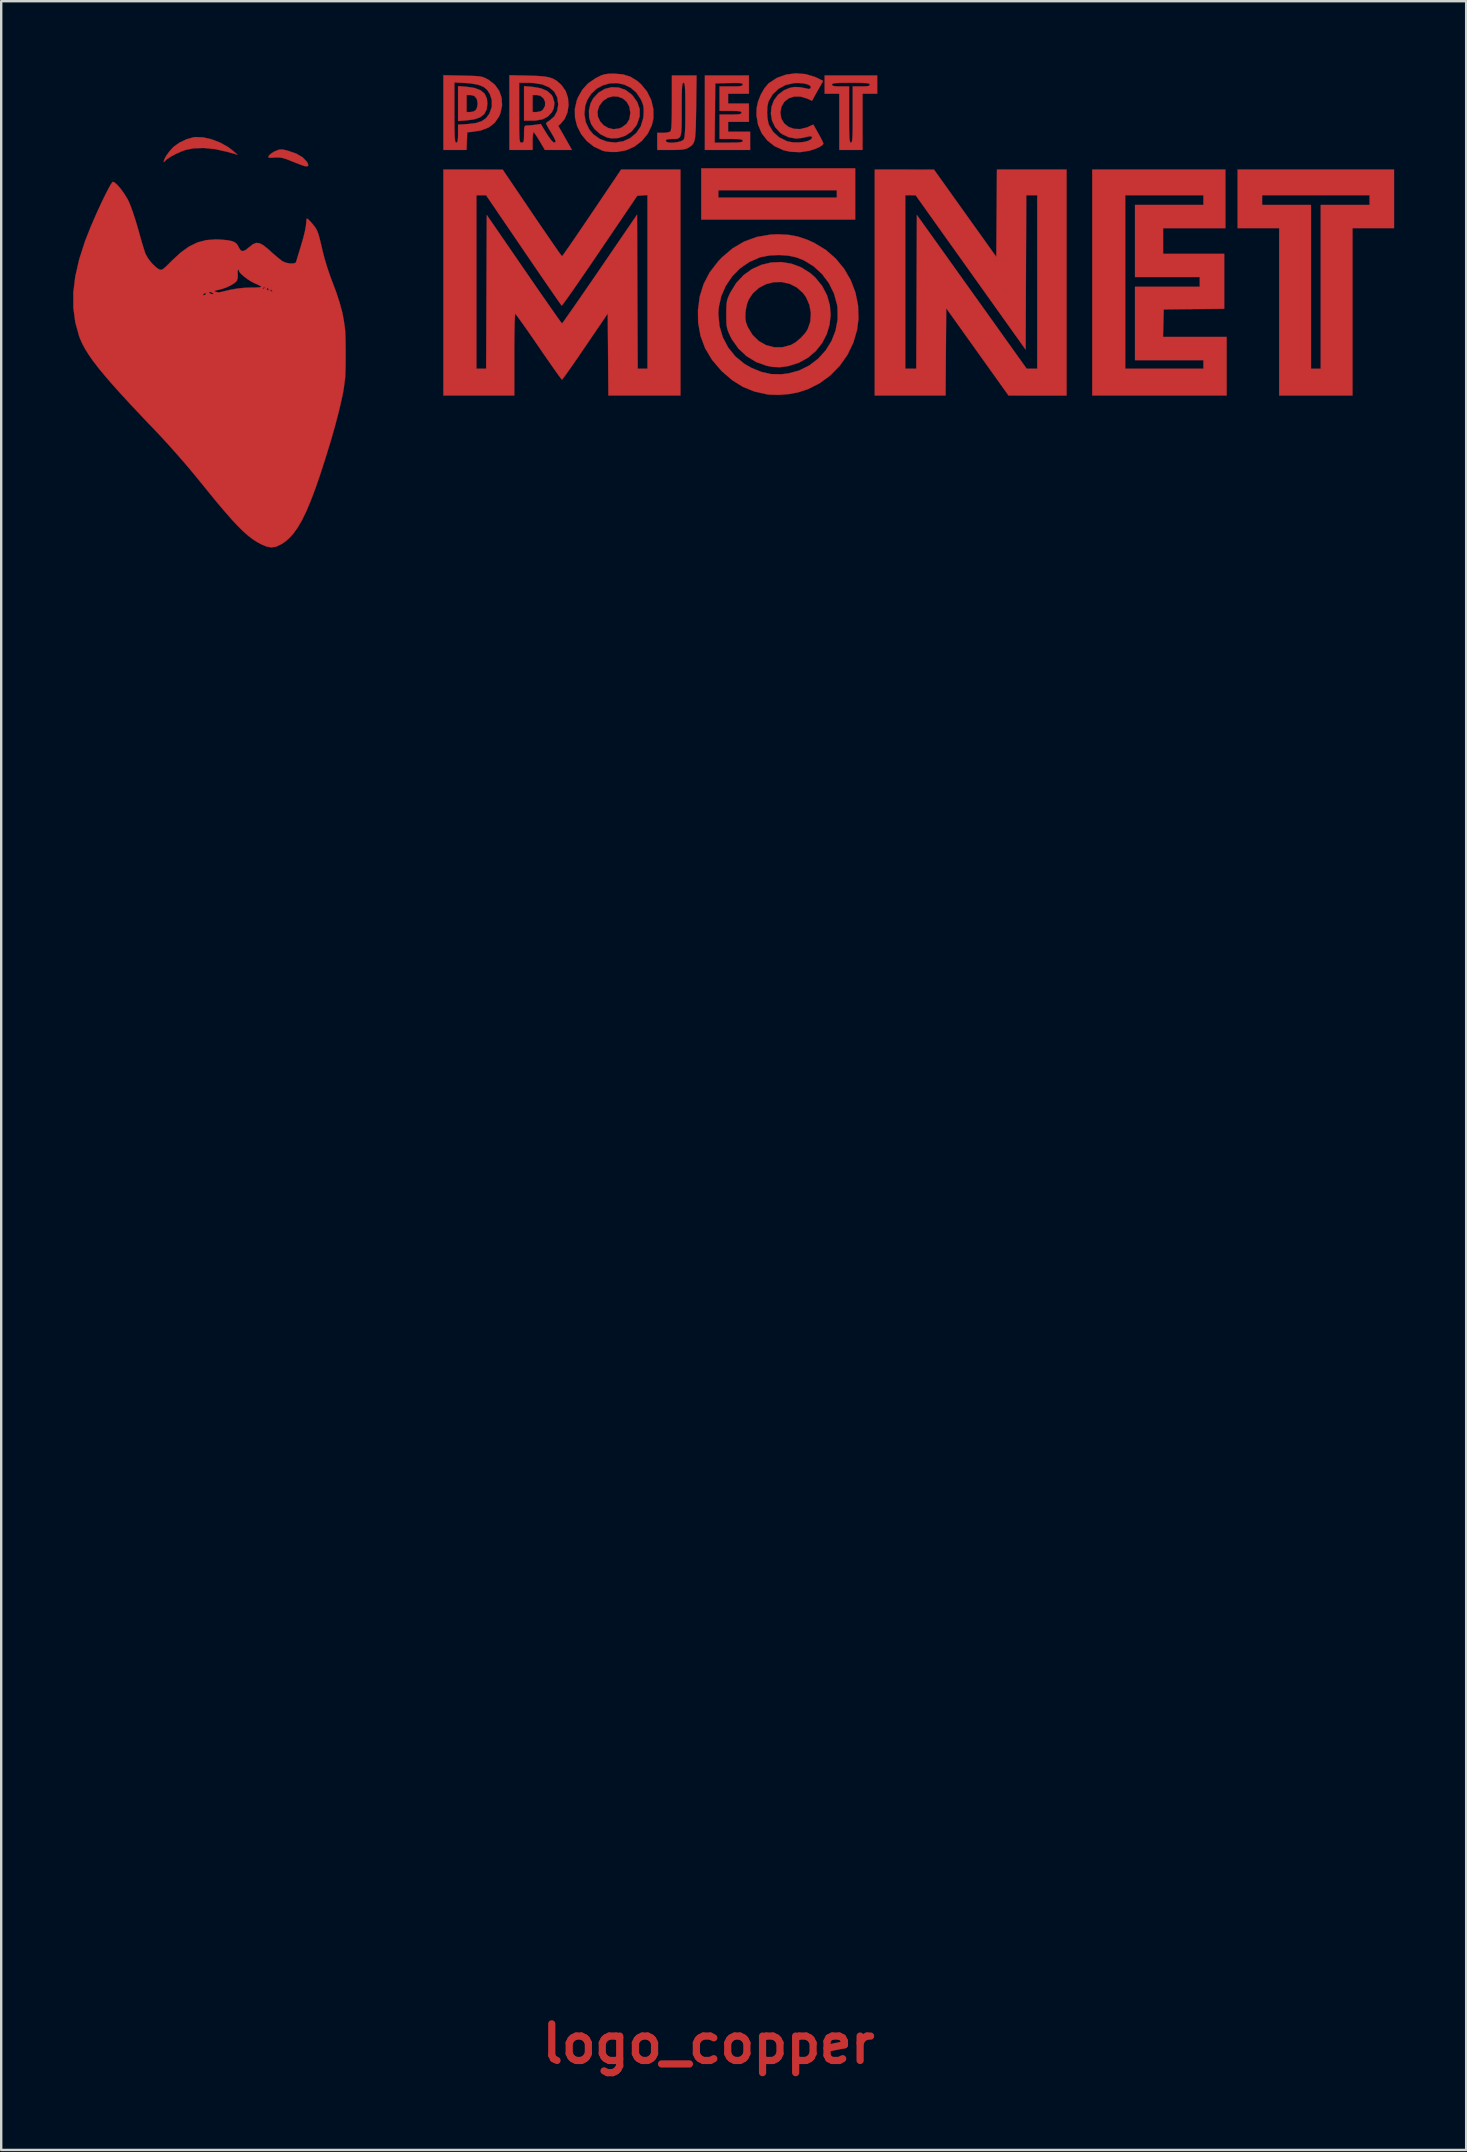
<source format=kicad_pcb>
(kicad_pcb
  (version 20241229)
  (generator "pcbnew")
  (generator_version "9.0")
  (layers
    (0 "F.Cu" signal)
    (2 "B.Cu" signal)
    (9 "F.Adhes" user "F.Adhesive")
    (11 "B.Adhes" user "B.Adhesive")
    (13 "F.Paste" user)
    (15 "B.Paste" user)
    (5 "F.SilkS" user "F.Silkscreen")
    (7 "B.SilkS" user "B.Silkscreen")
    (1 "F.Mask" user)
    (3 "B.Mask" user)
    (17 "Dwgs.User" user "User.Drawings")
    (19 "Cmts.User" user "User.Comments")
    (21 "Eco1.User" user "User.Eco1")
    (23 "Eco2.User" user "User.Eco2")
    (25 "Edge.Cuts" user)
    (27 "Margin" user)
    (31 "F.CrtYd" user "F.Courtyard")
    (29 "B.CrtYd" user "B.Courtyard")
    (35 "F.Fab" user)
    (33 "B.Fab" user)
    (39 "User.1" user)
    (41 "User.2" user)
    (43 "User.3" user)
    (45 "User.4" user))
  (footprint "logo_copper"
    (layer "F.Cu")
    (at 26.467 82.095)
    (property "Reference" "logo_copper" (at 0 0 0) (layer "F.Cu") (effects (font (size 1.524 1.524) (thickness 0.3))))
    (attr through_hole)
    (fp_poly (pts (xy 6.108 -75.996) (xy -0.305 -75.996) (xy -0.305 -77.218) (xy 0.407 -77.218) (xy 0.407 -76.913) (xy 5.345 -76.913) (xy 5.345 -77.218) (xy 0.407 -77.218) (xy -0.305 -77.218) (xy -0.305 -78.134) (xy 6.108 -78.134) (xy 6.108 -75.996)) (stroke (width 0.01) (type solid)) (fill yes) (layer "F.Cu"))
    (fp_poly (pts (xy 28.556 -75.64) (xy 26.825 -75.64) (xy 26.825 -68.667) (xy 23.771 -68.667) (xy 23.771 -75.64) (xy 22.04 -75.64) (xy 22.04 -77.014) (xy 23.059 -77.014) (xy 23.059 -76.607) (xy 25.095 -76.607) (xy 25.095 -69.786) (xy 25.502 -69.786) (xy 25.502 -76.607) (xy 27.538 -76.607) (xy 27.538 -77.014) (xy 23.059 -77.014) (xy 22.04 -77.014) (xy 22.04 -78.083) (xy 28.556 -78.083) (xy 28.556 -75.64)) (stroke (width 0.01) (type solid)) (fill yes) (layer "F.Cu"))
    (fp_poly (pts (xy -17.682 -78.906) (xy -17.54 -78.871) (xy -17.182 -78.749) (xy -16.911 -78.593) (xy -16.732 -78.406) (xy -16.702 -78.354) (xy -16.672 -78.254) (xy -16.72 -78.215) (xy -16.823 -78.225) (xy -16.914 -78.254) (xy -17.072 -78.313) (xy -17.267 -78.39) (xy -17.355 -78.425) (xy -17.583 -78.515) (xy -17.755 -78.566) (xy -17.904 -78.586) (xy -18.065 -78.583) (xy -18.077 -78.582) (xy -18.239 -78.573) (xy -18.32 -78.579) (xy -18.338 -78.607) (xy -18.317 -78.658) (xy -18.24 -78.737) (xy -18.108 -78.821) (xy -18.048 -78.851) (xy -17.915 -78.903) (xy -17.808 -78.921) (xy -17.682 -78.906)) (stroke (width 0.01) (type solid)) (fill yes) (layer "F.Cu"))
    (fp_poly (pts (xy -7.322 -81.525) (xy -6.978 -81.464) (xy -6.716 -81.35) (xy -6.538 -81.188) (xy -6.492 -81.109) (xy -6.42 -80.862) (xy -6.449 -80.629) (xy -6.529 -80.471) (xy -6.695 -80.29) (xy -6.911 -80.177) (xy -7.194 -80.125) (xy -7.343 -80.12) (xy -7.686 -80.119) (xy -7.686 -81.188) (xy -7.33 -81.188) (xy -7.33 -80.476) (xy -7.16 -80.476) (xy -6.986 -80.513) (xy -6.897 -80.578) (xy -6.811 -80.736) (xy -6.809 -80.902) (xy -6.877 -81.05) (xy -7.005 -81.154) (xy -7.16 -81.188) (xy -7.33 -81.188) (xy -7.686 -81.188) (xy -7.686 -81.559) (xy -7.322 -81.525)) (stroke (width 0.01) (type solid)) (fill yes) (layer "F.Cu"))
    (fp_poly (pts (xy -21.057 -79.423) (xy -20.703 -79.342) (xy -20.345 -79.204) (xy -20.016 -79.019) (xy -19.826 -78.876) (xy -19.623 -78.7) (xy -20.081 -78.828) (xy -20.567 -78.935) (xy -21.034 -78.981) (xy -21.462 -78.965) (xy -21.786 -78.9) (xy -21.99 -78.825) (xy -22.207 -78.726) (xy -22.41 -78.615) (xy -22.57 -78.509) (xy -22.662 -78.422) (xy -22.663 -78.421) (xy -22.697 -78.392) (xy -22.701 -78.404) (xy -22.669 -78.516) (xy -22.582 -78.67) (xy -22.458 -78.839) (xy -22.317 -78.996) (xy -22.268 -79.042) (xy -22.03 -79.209) (xy -21.748 -79.343) (xy -21.467 -79.423) (xy -21.379 -79.435) (xy -21.057 -79.423)) (stroke (width 0.01) (type solid)) (fill yes) (layer "F.Cu"))
    (fp_poly (pts (xy -10.08 -81.53) (xy -9.743 -81.478) (xy -9.495 -81.383) (xy -9.328 -81.241) (xy -9.237 -81.045) (xy -9.213 -80.832) (xy -9.245 -80.582) (xy -9.344 -80.393) (xy -9.517 -80.258) (xy -9.772 -80.172) (xy -10.059 -80.133) (xy -10.435 -80.105) (xy -10.435 -81.188) (xy -10.079 -81.188) (xy -10.079 -80.476) (xy -9.929 -80.476) (xy -9.792 -80.502) (xy -9.7 -80.556) (xy -9.646 -80.661) (xy -9.621 -80.813) (xy -9.62 -80.832) (xy -9.654 -81.027) (xy -9.756 -81.146) (xy -9.922 -81.188) (xy -9.929 -81.188) (xy -10.079 -81.188) (xy -10.435 -81.188) (xy -10.435 -81.559) (xy -10.08 -81.53)) (stroke (width 0.01) (type solid)) (fill yes) (layer "F.Cu"))
    (fp_poly (pts (xy 21.531 -75.64) (xy 18.935 -75.64) (xy 18.935 -74.571) (xy 21.481 -74.571) (xy 21.481 -72.282) (xy 20.221 -72.269) (xy 18.961 -72.255) (xy 18.947 -71.682) (xy 18.932 -71.11) (xy 21.582 -71.11) (xy 21.582 -68.667) (xy 15.983 -68.667) (xy 15.983 -77.014) (xy 17.358 -77.014) (xy 17.358 -69.786) (xy 20.615 -69.786) (xy 20.615 -70.143) (xy 17.765 -70.143) (xy 17.765 -73.197) (xy 20.463 -73.197) (xy 20.463 -73.604) (xy 17.765 -73.604) (xy 17.765 -76.607) (xy 20.615 -76.607) (xy 20.615 -77.014) (xy 17.358 -77.014) (xy 15.983 -77.014) (xy 15.983 -78.083) (xy 21.531 -78.083) (xy 21.531 -75.64)) (stroke (width 0.01) (type solid)) (fill yes) (layer "F.Cu"))
    (fp_poly (pts (xy 14.914 -68.667) (xy 13.705 -68.668) (xy 12.496 -68.669) (xy 9.9 -72.306) (xy 9.887 -70.486) (xy 9.874 -68.667) (xy 6.923 -68.667) (xy 6.923 -77.014) (xy 8.195 -77.014) (xy 8.195 -69.786) (xy 8.653 -69.786) (xy 8.666 -72.988) (xy 8.679 -76.19) (xy 10.966 -72.988) (xy 13.252 -69.786) (xy 13.693 -69.786) (xy 13.693 -77.014) (xy 13.235 -77.014) (xy 13.222 -73.797) (xy 13.209 -70.58) (xy 10.918 -73.795) (xy 8.628 -77.009) (xy 8.412 -77.012) (xy 8.195 -77.014) (xy 6.923 -77.014) (xy 6.923 -78.083) (xy 8.157 -78.082) (xy 9.391 -78.08) (xy 10.689 -76.262) (xy 11.987 -74.444) (xy 12.001 -76.264) (xy 12.014 -78.083) (xy 14.914 -78.083) (xy 14.914 -68.667)) (stroke (width 0.01) (type solid)) (fill yes) (layer "F.Cu"))
    (fp_poly (pts (xy -3.738 -81.498) (xy -3.456 -81.396) (xy -3.201 -81.205) (xy -3.169 -81.171) (xy -2.969 -80.892) (xy -2.869 -80.6) (xy -2.87 -80.298) (xy -2.973 -79.988) (xy -3.023 -79.895) (xy -3.215 -79.661) (xy -3.466 -79.492) (xy -3.753 -79.395) (xy -4.051 -79.381) (xy -4.239 -79.421) (xy -4.513 -79.558) (xy -4.749 -79.768) (xy -4.892 -79.978) (xy -4.976 -80.246) (xy -4.982 -80.497) (xy -4.628 -80.497) (xy -4.608 -80.281) (xy -4.517 -80.085) (xy -4.369 -79.925) (xy -4.179 -79.813) (xy -3.962 -79.764) (xy -3.732 -79.791) (xy -3.616 -79.838) (xy -3.414 -79.987) (xy -3.297 -80.183) (xy -3.258 -80.441) (xy -3.258 -80.45) (xy -3.299 -80.704) (xy -3.41 -80.903) (xy -3.573 -81.043) (xy -3.771 -81.12) (xy -3.986 -81.132) (xy -4.2 -81.074) (xy -4.395 -80.942) (xy -4.554 -80.733) (xy -4.561 -80.72) (xy -4.628 -80.497) (xy -4.982 -80.497) (xy -4.984 -80.543) (xy -4.917 -80.834) (xy -4.806 -81.047) (xy -4.583 -81.286) (xy -4.319 -81.442) (xy -4.032 -81.513) (xy -3.738 -81.498)) (stroke (width 0.01) (type solid)) (fill yes) (layer "F.Cu"))
    (fp_poly (pts (xy 7.024 -81.239) (xy 6.414 -81.239) (xy 6.414 -78.898) (xy 5.446 -78.898) (xy 5.446 -81.239) (xy 4.836 -81.239) (xy 4.836 -81.621) (xy 5.141 -81.621) (xy 5.162 -81.58) (xy 5.237 -81.556) (xy 5.386 -81.546) (xy 5.497 -81.545) (xy 5.854 -81.545) (xy 5.854 -80.374) (xy 5.854 -79.994) (xy 5.857 -79.705) (xy 5.863 -79.494) (xy 5.872 -79.35) (xy 5.886 -79.261) (xy 5.904 -79.216) (xy 5.929 -79.203) (xy 5.93 -79.203) (xy 5.955 -79.215) (xy 5.974 -79.258) (xy 5.987 -79.345) (xy 5.997 -79.486) (xy 6.003 -79.693) (xy 6.006 -79.979) (xy 6.006 -80.354) (xy 6.006 -80.374) (xy 6.006 -81.545) (xy 6.363 -81.545) (xy 6.556 -81.549) (xy 6.667 -81.565) (xy 6.714 -81.597) (xy 6.719 -81.621) (xy 6.705 -81.65) (xy 6.655 -81.671) (xy 6.554 -81.685) (xy 6.389 -81.693) (xy 6.145 -81.697) (xy 5.93 -81.697) (xy 5.626 -81.696) (xy 5.409 -81.691) (xy 5.266 -81.681) (xy 5.184 -81.665) (xy 5.147 -81.642) (xy 5.141 -81.621) (xy 4.836 -81.621) (xy 4.836 -82.003) (xy 7.024 -82.003) (xy 7.024 -81.239)) (stroke (width 0.01) (type solid)) (fill yes) (layer "F.Cu"))
    (fp_poly (pts (xy 1.68 -81.239) (xy 0.814 -81.239) (xy 0.814 -80.832) (xy 1.68 -80.832) (xy 1.68 -80.069) (xy 0.814 -80.069) (xy 0.814 -79.661) (xy 1.731 -79.661) (xy 1.731 -78.898) (xy -0.153 -78.898) (xy -0.153 -79.203) (xy 0.253 -79.203) (xy 0.839 -79.203) (xy 1.096 -79.205) (xy 1.268 -79.213) (xy 1.369 -79.228) (xy 1.416 -79.252) (xy 1.425 -79.28) (xy 1.408 -79.316) (xy 1.345 -79.339) (xy 1.218 -79.351) (xy 1.012 -79.356) (xy 0.942 -79.356) (xy 0.458 -79.356) (xy 0.458 -80.374) (xy 0.916 -80.374) (xy 1.14 -80.377) (xy 1.279 -80.388) (xy 1.351 -80.409) (xy 1.374 -80.445) (xy 1.374 -80.45) (xy 1.356 -80.488) (xy 1.291 -80.511) (xy 1.161 -80.523) (xy 0.95 -80.527) (xy 0.916 -80.527) (xy 0.458 -80.527) (xy 0.458 -81.545) (xy 0.942 -81.545) (xy 1.171 -81.547) (xy 1.317 -81.557) (xy 1.395 -81.577) (xy 1.424 -81.609) (xy 1.425 -81.623) (xy 1.412 -81.657) (xy 1.36 -81.678) (xy 1.253 -81.689) (xy 1.076 -81.691) (xy 0.853 -81.686) (xy 0.28 -81.672) (xy 0.266 -80.438) (xy 0.253 -79.203) (xy -0.153 -79.203) (xy -0.153 -82.003) (xy 1.68 -82.003) (xy 1.68 -81.239)) (stroke (width 0.01) (type solid)) (fill yes) (layer "F.Cu"))
    (fp_poly (pts (xy -10.244 -81.995) (xy -9.941 -81.987) (xy -9.719 -81.979) (xy -9.559 -81.966) (xy -9.44 -81.945) (xy -9.342 -81.912) (xy -9.246 -81.865) (xy -9.162 -81.819) (xy -8.904 -81.618) (xy -8.721 -81.361) (xy -8.619 -81.065) (xy -8.602 -80.745) (xy -8.674 -80.419) (xy -8.731 -80.288) (xy -8.909 -80.03) (xy -9.152 -79.84) (xy -9.469 -79.715) (xy -9.863 -79.65) (xy -9.875 -79.649) (xy -10.053 -79.636) (xy -10.068 -79.267) (xy -10.083 -78.898) (xy -11.046 -78.898) (xy -11.046 -80.457) (xy -10.588 -80.457) (xy -10.587 -80.063) (xy -10.584 -79.759) (xy -10.579 -79.535) (xy -10.571 -79.378) (xy -10.558 -79.278) (xy -10.542 -79.224) (xy -10.519 -79.204) (xy -10.511 -79.203) (xy -10.471 -79.223) (xy -10.447 -79.296) (xy -10.436 -79.441) (xy -10.435 -79.578) (xy -10.435 -79.954) (xy -10.035 -79.977) (xy -9.707 -80.015) (xy -9.46 -80.092) (xy -9.277 -80.215) (xy -9.142 -80.392) (xy -9.124 -80.426) (xy -9.027 -80.703) (xy -9.029 -80.976) (xy -9.109 -81.224) (xy -9.222 -81.402) (xy -9.385 -81.532) (xy -9.612 -81.619) (xy -9.916 -81.671) (xy -10.117 -81.687) (xy -10.588 -81.711) (xy -10.588 -80.457) (xy -11.046 -80.457) (xy -11.046 -82.012) (xy -10.244 -81.995)) (stroke (width 0.01) (type solid)) (fill yes) (layer "F.Cu"))
    (fp_poly (pts (xy -3.572 -82.048) (xy -3.256 -81.95) (xy -2.97 -81.774) (xy -2.808 -81.631) (xy -2.56 -81.326) (xy -2.388 -80.976) (xy -2.299 -80.602) (xy -2.297 -80.224) (xy -2.361 -79.935) (xy -2.531 -79.579) (xy -2.777 -79.277) (xy -3.086 -79.041) (xy -3.441 -78.883) (xy -3.828 -78.814) (xy -3.837 -78.814) (xy -4.093 -78.816) (xy -4.319 -78.843) (xy -4.412 -78.866) (xy -4.769 -79.031) (xy -5.069 -79.266) (xy -5.306 -79.556) (xy -5.473 -79.887) (xy -5.563 -80.244) (xy -5.566 -80.391) (xy -5.174 -80.391) (xy -5.116 -80.058) (xy -4.973 -79.756) (xy -4.802 -79.55) (xy -4.526 -79.354) (xy -4.21 -79.239) (xy -3.876 -79.208) (xy -3.547 -79.263) (xy -3.278 -79.384) (xy -3.009 -79.604) (xy -2.825 -79.879) (xy -2.724 -80.212) (xy -2.706 -80.381) (xy -2.701 -80.593) (xy -2.721 -80.753) (xy -2.775 -80.908) (xy -2.821 -81.006) (xy -3.007 -81.287) (xy -3.245 -81.492) (xy -3.519 -81.624) (xy -3.813 -81.683) (xy -4.112 -81.672) (xy -4.402 -81.593) (xy -4.667 -81.447) (xy -4.892 -81.236) (xy -5.062 -80.963) (xy -5.141 -80.731) (xy -5.174 -80.391) (xy -5.566 -80.391) (xy -5.569 -80.612) (xy -5.485 -80.977) (xy -5.439 -81.089) (xy -5.253 -81.415) (xy -5.022 -81.669) (xy -4.719 -81.878) (xy -4.672 -81.904) (xy -4.494 -81.994) (xy -4.346 -82.046) (xy -4.188 -82.07) (xy -3.976 -82.077) (xy -3.945 -82.077) (xy -3.572 -82.048)) (stroke (width 0.01) (type solid)) (fill yes) (layer "F.Cu"))
    (fp_poly (pts (xy -0.517 -80.667) (xy -0.524 -80.238) (xy -0.531 -79.898) (xy -0.543 -79.636) (xy -0.56 -79.439) (xy -0.586 -79.295) (xy -0.622 -79.192) (xy -0.672 -79.117) (xy -0.736 -79.059) (xy -0.819 -79.004) (xy -0.83 -78.997) (xy -0.921 -78.952) (xy -1.031 -78.923) (xy -1.184 -78.906) (xy -1.401 -78.899) (xy -1.565 -78.898) (xy -2.138 -78.898) (xy -2.138 -79.274) (xy -1.782 -79.274) (xy -1.737 -79.226) (xy -1.624 -79.203) (xy -1.47 -79.203) (xy -1.304 -79.222) (xy -1.156 -79.26) (xy -1.054 -79.313) (xy -1.037 -79.33) (xy -1.013 -79.386) (xy -0.995 -79.486) (xy -0.982 -79.641) (xy -0.973 -79.864) (xy -0.969 -80.165) (xy -0.967 -80.557) (xy -0.967 -80.562) (xy -0.968 -80.935) (xy -0.971 -81.218) (xy -0.977 -81.423) (xy -0.986 -81.562) (xy -1 -81.646) (xy -1.02 -81.687) (xy -1.043 -81.697) (xy -1.069 -81.685) (xy -1.088 -81.641) (xy -1.102 -81.554) (xy -1.111 -81.41) (xy -1.117 -81.199) (xy -1.119 -80.908) (xy -1.12 -80.579) (xy -1.12 -80.196) (xy -1.123 -79.902) (xy -1.133 -79.686) (xy -1.155 -79.536) (xy -1.192 -79.44) (xy -1.249 -79.386) (xy -1.329 -79.362) (xy -1.438 -79.356) (xy -1.549 -79.356) (xy -1.698 -79.347) (xy -1.768 -79.317) (xy -1.782 -79.274) (xy -2.138 -79.274) (xy -2.138 -79.61) (xy -1.894 -79.61) (xy -1.736 -79.622) (xy -1.618 -79.653) (xy -1.588 -79.672) (xy -1.566 -79.729) (xy -1.549 -79.856) (xy -1.538 -80.06) (xy -1.53 -80.35) (xy -1.527 -80.731) (xy -1.527 -80.868) (xy -1.527 -82.003) (xy -0.5 -82.003) (xy -0.517 -80.667)) (stroke (width 0.01) (type solid)) (fill yes) (layer "F.Cu"))
    (fp_poly (pts (xy 3.451 -74.161) (xy 3.857 -74.009) (xy 4.236 -73.77) (xy 4.445 -73.584) (xy 4.735 -73.229) (xy 4.936 -72.842) (xy 5.052 -72.436) (xy 5.085 -72.023) (xy 5.04 -71.614) (xy 4.921 -71.22) (xy 4.73 -70.854) (xy 4.472 -70.527) (xy 4.149 -70.25) (xy 3.766 -70.036) (xy 3.326 -69.895) (xy 3.319 -69.894) (xy 2.975 -69.847) (xy 2.653 -69.862) (xy 2.416 -69.908) (xy 1.978 -70.066) (xy 1.582 -70.309) (xy 1.242 -70.628) (xy 0.972 -71.01) (xy 0.902 -71.145) (xy 0.829 -71.307) (xy 0.782 -71.44) (xy 0.754 -71.576) (xy 0.742 -71.745) (xy 0.739 -71.907) (xy 1.531 -71.907) (xy 1.553 -71.743) (xy 1.61 -71.575) (xy 1.639 -71.51) (xy 1.837 -71.187) (xy 2.095 -70.937) (xy 2.398 -70.766) (xy 2.732 -70.678) (xy 3.084 -70.68) (xy 3.439 -70.777) (xy 3.439 -70.777) (xy 3.637 -70.893) (xy 3.844 -71.069) (xy 4.026 -71.269) (xy 4.131 -71.431) (xy 4.24 -71.752) (xy 4.263 -72.096) (xy 4.203 -72.441) (xy 4.063 -72.761) (xy 3.937 -72.938) (xy 3.674 -73.173) (xy 3.372 -73.325) (xy 3.046 -73.397) (xy 2.713 -73.39) (xy 2.39 -73.307) (xy 2.093 -73.15) (xy 1.84 -72.92) (xy 1.668 -72.662) (xy 1.599 -72.475) (xy 1.551 -72.237) (xy 1.538 -72.121) (xy 1.531 -71.907) (xy 0.739 -71.907) (xy 0.738 -71.978) (xy 0.738 -72.052) (xy 0.74 -72.304) (xy 0.749 -72.485) (xy 0.772 -72.624) (xy 0.813 -72.751) (xy 0.878 -72.898) (xy 0.906 -72.956) (xy 1.153 -73.356) (xy 1.459 -73.683) (xy 1.812 -73.937) (xy 2.2 -74.113) (xy 2.611 -74.211) (xy 3.032 -74.228) (xy 3.451 -74.161)) (stroke (width 0.01) (type solid)) (fill yes) (layer "F.Cu"))
    (fp_poly (pts (xy 3.331 -75.363) (xy 3.727 -75.289) (xy 4.121 -75.155) (xy 4.403 -75.027) (xy 4.882 -74.736) (xy 5.299 -74.373) (xy 5.648 -73.948) (xy 5.923 -73.474) (xy 6.118 -72.962) (xy 6.227 -72.424) (xy 6.246 -71.871) (xy 6.189 -71.413) (xy 6.031 -70.87) (xy 5.787 -70.365) (xy 5.466 -69.909) (xy 5.077 -69.511) (xy 4.631 -69.182) (xy 4.137 -68.932) (xy 3.733 -68.801) (xy 3.35 -68.729) (xy 2.944 -68.696) (xy 2.562 -68.705) (xy 2.42 -68.721) (xy 1.9 -68.839) (xy 1.43 -69.03) (xy 0.99 -69.304) (xy 0.564 -69.67) (xy 0.529 -69.706) (xy 0.145 -70.154) (xy -0.143 -70.638) (xy -0.336 -71.158) (xy -0.434 -71.714) (xy -0.439 -72.062) (xy 0.407 -72.062) (xy 0.455 -71.561) (xy 0.594 -71.093) (xy 0.817 -70.668) (xy 1.119 -70.296) (xy 1.493 -69.988) (xy 1.796 -69.815) (xy 2.215 -69.647) (xy 2.614 -69.561) (xy 3.025 -69.553) (xy 3.309 -69.586) (xy 3.772 -69.71) (xy 4.192 -69.918) (xy 4.563 -70.2) (xy 4.875 -70.543) (xy 5.12 -70.937) (xy 5.29 -71.369) (xy 5.377 -71.83) (xy 5.373 -72.307) (xy 5.354 -72.447) (xy 5.227 -72.914) (xy 5.015 -73.346) (xy 4.728 -73.729) (xy 4.378 -74.051) (xy 3.976 -74.298) (xy 3.66 -74.424) (xy 3.323 -74.495) (xy 2.938 -74.521) (xy 2.548 -74.503) (xy 2.199 -74.44) (xy 2.143 -74.424) (xy 1.704 -74.236) (xy 1.314 -73.967) (xy 0.982 -73.63) (xy 0.716 -73.237) (xy 0.527 -72.802) (xy 0.424 -72.338) (xy 0.407 -72.062) (xy -0.439 -72.062) (xy -0.441 -72.23) (xy -0.366 -72.796) (xy -0.204 -73.316) (xy 0.049 -73.799) (xy 0.397 -74.253) (xy 0.558 -74.423) (xy 1.003 -74.801) (xy 1.488 -75.085) (xy 2.014 -75.276) (xy 2.578 -75.372) (xy 2.892 -75.386) (xy 3.331 -75.363)) (stroke (width 0.01) (type solid)) (fill yes) (layer "F.Cu"))
    (fp_poly (pts (xy -7.495 -81.994) (xy -7.137 -81.982) (xy -6.861 -81.961) (xy -6.648 -81.925) (xy -6.48 -81.868) (xy -6.337 -81.785) (xy -6.2 -81.671) (xy -6.119 -81.591) (xy -5.952 -81.353) (xy -5.857 -81.07) (xy -5.832 -80.766) (xy -5.877 -80.466) (xy -5.992 -80.195) (xy -6.154 -79.997) (xy -6.261 -79.9) (xy -6.14 -79.691) (xy -6.047 -79.53) (xy -5.934 -79.331) (xy -5.855 -79.19) (xy -5.691 -78.898) (xy -6.816 -78.898) (xy -7.029 -79.255) (xy -7.132 -79.424) (xy -7.22 -79.558) (xy -7.277 -79.633) (xy -7.285 -79.64) (xy -7.306 -79.607) (xy -7.322 -79.494) (xy -7.33 -79.325) (xy -7.33 -79.283) (xy -7.33 -78.898) (xy -8.297 -78.898) (xy -8.297 -81.697) (xy -7.89 -81.697) (xy -7.89 -80.45) (xy -7.889 -80.063) (xy -7.888 -79.765) (xy -7.884 -79.545) (xy -7.878 -79.392) (xy -7.867 -79.293) (xy -7.851 -79.236) (xy -7.829 -79.211) (xy -7.8 -79.203) (xy -7.788 -79.203) (xy -7.734 -79.213) (xy -7.704 -79.256) (xy -7.69 -79.355) (xy -7.686 -79.531) (xy -7.686 -79.56) (xy -7.684 -79.746) (xy -7.673 -79.852) (xy -7.645 -79.902) (xy -7.593 -79.915) (xy -7.566 -79.916) (xy -7.44 -79.923) (xy -7.272 -79.94) (xy -7.217 -79.947) (xy -6.988 -79.979) (xy -6.761 -79.604) (xy -6.648 -79.431) (xy -6.544 -79.296) (xy -6.466 -79.221) (xy -6.448 -79.212) (xy -6.386 -79.214) (xy -6.371 -79.258) (xy -6.407 -79.357) (xy -6.497 -79.521) (xy -6.566 -79.636) (xy -6.663 -79.799) (xy -6.735 -79.929) (xy -6.769 -80.001) (xy -6.77 -80.006) (xy -6.73 -80.054) (xy -6.632 -80.121) (xy -6.618 -80.129) (xy -6.427 -80.294) (xy -6.305 -80.522) (xy -6.261 -80.795) (xy -6.261 -80.797) (xy -6.303 -81.091) (xy -6.429 -81.328) (xy -6.638 -81.507) (xy -6.928 -81.628) (xy -7.297 -81.689) (xy -7.517 -81.697) (xy -7.89 -81.697) (xy -8.297 -81.697) (xy -8.297 -82.012) (xy -7.495 -81.994)) (stroke (width 0.01) (type solid)) (fill yes) (layer "F.Cu"))
    (fp_poly (pts (xy 4.042 -82.058) (xy 4.44 -81.938) (xy 4.562 -81.881) (xy 4.773 -81.774) (xy 4.54 -81.361) (xy 4.308 -80.947) (xy 4.101 -81.041) (xy 3.824 -81.124) (xy 3.563 -81.123) (xy 3.334 -81.046) (xy 3.152 -80.901) (xy 3.033 -80.695) (xy 2.991 -80.456) (xy 3.031 -80.206) (xy 3.149 -80.005) (xy 3.331 -79.86) (xy 3.56 -79.778) (xy 3.821 -79.768) (xy 4.1 -79.837) (xy 4.154 -79.86) (xy 4.364 -79.956) (xy 4.574 -79.585) (xy 4.671 -79.409) (xy 4.745 -79.263) (xy 4.782 -79.173) (xy 4.785 -79.16) (xy 4.739 -79.095) (xy 4.614 -79.018) (xy 4.431 -78.939) (xy 4.212 -78.868) (xy 4.199 -78.865) (xy 3.814 -78.806) (xy 3.416 -78.822) (xy 3.12 -78.888) (xy 2.746 -79.058) (xy 2.441 -79.3) (xy 2.21 -79.602) (xy 2.06 -79.957) (xy 1.995 -80.354) (xy 1.999 -80.47) (xy 2.439 -80.47) (xy 2.455 -80.215) (xy 2.498 -79.995) (xy 2.519 -79.935) (xy 2.692 -79.65) (xy 2.942 -79.424) (xy 3.257 -79.267) (xy 3.308 -79.251) (xy 3.511 -79.216) (xy 3.754 -79.211) (xy 3.989 -79.234) (xy 4.155 -79.279) (xy 4.269 -79.344) (xy 4.315 -79.407) (xy 4.313 -79.419) (xy 4.287 -79.459) (xy 4.231 -79.47) (xy 4.124 -79.453) (xy 3.944 -79.407) (xy 3.928 -79.402) (xy 3.643 -79.373) (xy 3.346 -79.426) (xy 3.071 -79.555) (xy 2.981 -79.621) (xy 2.773 -79.852) (xy 2.645 -80.121) (xy 2.596 -80.409) (xy 2.623 -80.699) (xy 2.725 -80.97) (xy 2.9 -81.205) (xy 3.146 -81.385) (xy 3.156 -81.39) (xy 3.367 -81.479) (xy 3.57 -81.52) (xy 3.794 -81.514) (xy 4.07 -81.462) (xy 4.171 -81.436) (xy 4.242 -81.461) (xy 4.263 -81.504) (xy 4.232 -81.574) (xy 4.121 -81.632) (xy 3.949 -81.672) (xy 3.737 -81.689) (xy 3.55 -81.682) (xy 3.214 -81.606) (xy 2.916 -81.447) (xy 2.674 -81.219) (xy 2.505 -80.935) (xy 2.494 -80.909) (xy 2.452 -80.716) (xy 2.439 -80.47) (xy 1.999 -80.47) (xy 2.004 -80.645) (xy 2.064 -80.919) (xy 2.177 -81.204) (xy 2.326 -81.464) (xy 2.493 -81.663) (xy 2.515 -81.683) (xy 2.849 -81.901) (xy 3.227 -82.037) (xy 3.631 -82.09) (xy 4.042 -82.058)) (stroke (width 0.01) (type solid)) (fill yes) (layer "F.Cu"))
    (fp_poly (pts (xy -1.171 -68.667) (xy -4.173 -68.667) (xy -4.186 -70.375) (xy -4.199 -72.084) (xy -5.136 -70.706) (xy -5.362 -70.375) (xy -5.571 -70.072) (xy -5.755 -69.808) (xy -5.907 -69.592) (xy -6.021 -69.434) (xy -6.09 -69.345) (xy -6.106 -69.328) (xy -6.142 -69.369) (xy -6.228 -69.484) (xy -6.357 -69.663) (xy -6.522 -69.897) (xy -6.716 -70.176) (xy -6.933 -70.49) (xy -7.078 -70.702) (xy -7.306 -71.033) (xy -7.515 -71.335) (xy -7.7 -71.599) (xy -7.854 -71.814) (xy -7.969 -71.971) (xy -8.038 -72.06) (xy -8.055 -72.077) (xy -8.064 -72.028) (xy -8.073 -71.889) (xy -8.08 -71.672) (xy -8.086 -71.388) (xy -8.09 -71.05) (xy -8.093 -70.668) (xy -8.093 -70.372) (xy -8.093 -68.667) (xy -11.046 -68.667) (xy -11.046 -77.014) (xy -9.671 -77.014) (xy -9.671 -69.786) (xy -9.265 -69.786) (xy -9.239 -76.191) (xy -7.686 -73.931) (xy -7.392 -73.504) (xy -7.116 -73.103) (xy -6.861 -72.737) (xy -6.635 -72.412) (xy -6.442 -72.136) (xy -6.287 -71.917) (xy -6.177 -71.763) (xy -6.116 -71.682) (xy -6.105 -71.67) (xy -6.072 -71.711) (xy -5.986 -71.828) (xy -5.855 -72.014) (xy -5.682 -72.261) (xy -5.473 -72.562) (xy -5.233 -72.908) (xy -4.968 -73.293) (xy -4.683 -73.708) (xy -4.527 -73.936) (xy -2.978 -76.203) (xy -2.952 -69.786) (xy -2.545 -69.786) (xy -2.545 -77.02) (xy -2.971 -76.989) (xy -4.527 -74.692) (xy -4.82 -74.261) (xy -5.096 -73.857) (xy -5.35 -73.488) (xy -5.577 -73.161) (xy -5.771 -72.884) (xy -5.927 -72.664) (xy -6.04 -72.509) (xy -6.105 -72.427) (xy -6.118 -72.415) (xy -6.153 -72.46) (xy -6.239 -72.581) (xy -6.372 -72.771) (xy -6.546 -73.023) (xy -6.755 -73.327) (xy -6.996 -73.677) (xy -7.261 -74.065) (xy -7.546 -74.482) (xy -7.711 -74.725) (xy -9.269 -77.014) (xy -9.671 -77.014) (xy -11.046 -77.014) (xy -11.046 -78.083) (xy -8.577 -78.081) (xy -7.355 -76.276) (xy -7.097 -75.894) (xy -6.855 -75.541) (xy -6.637 -75.223) (xy -6.449 -74.95) (xy -6.296 -74.73) (xy -6.184 -74.572) (xy -6.119 -74.485) (xy -6.106 -74.47) (xy -6.072 -74.511) (xy -5.988 -74.627) (xy -5.859 -74.811) (xy -5.691 -75.054) (xy -5.491 -75.346) (xy -5.263 -75.68) (xy -5.015 -76.046) (xy -4.859 -76.276) (xy -3.641 -78.083) (xy -1.171 -78.083) (xy -1.171 -68.667)) (stroke (width 0.01) (type solid)) (fill yes) (layer "F.Cu"))
    (fp_poly (pts (xy -24.728 -77.533) (xy -24.61 -77.422) (xy -24.474 -77.26) (xy -24.336 -77.067) (xy -24.211 -76.863) (xy -24.15 -76.744) (xy -24.076 -76.564) (xy -23.985 -76.314) (xy -23.889 -76.02) (xy -23.795 -75.71) (xy -23.754 -75.564) (xy -23.673 -75.276) (xy -23.596 -75.009) (xy -23.527 -74.785) (xy -23.475 -74.625) (xy -23.454 -74.567) (xy -23.345 -74.374) (xy -23.191 -74.178) (xy -23.023 -74.015) (xy -22.908 -73.936) (xy -22.847 -73.909) (xy -22.792 -73.906) (xy -22.726 -73.937) (xy -22.633 -74.013) (xy -22.497 -74.144) (xy -22.36 -74.282) (xy -21.991 -74.623) (xy -21.64 -74.875) (xy -21.292 -75.046) (xy -20.929 -75.142) (xy -20.534 -75.172) (xy -20.341 -75.165) (xy -20.058 -75.14) (xy -19.858 -75.102) (xy -19.723 -75.044) (xy -19.632 -74.958) (xy -19.576 -74.853) (xy -19.502 -74.725) (xy -19.413 -74.682) (xy -19.295 -74.723) (xy -19.135 -74.849) (xy -19.132 -74.851) (xy -18.981 -74.97) (xy -18.847 -75.026) (xy -18.711 -75.015) (xy -18.555 -74.934) (xy -18.36 -74.779) (xy -18.261 -74.69) (xy -18.084 -74.532) (xy -17.916 -74.391) (xy -17.784 -74.288) (xy -17.739 -74.258) (xy -17.603 -74.2) (xy -17.446 -74.17) (xy -17.303 -74.169) (xy -17.206 -74.199) (xy -17.184 -74.228) (xy -17.163 -74.299) (xy -17.119 -74.446) (xy -17.057 -74.648) (xy -16.985 -74.885) (xy -16.98 -74.902) (xy -16.88 -75.246) (xy -16.812 -75.52) (xy -16.771 -75.752) (xy -16.752 -75.965) (xy -16.75 -76.012) (xy -16.728 -76.042) (xy -16.664 -75.998) (xy -16.549 -75.876) (xy -16.539 -75.864) (xy -16.441 -75.748) (xy -16.367 -75.645) (xy -16.307 -75.536) (xy -16.256 -75.4) (xy -16.204 -75.219) (xy -16.144 -74.974) (xy -16.083 -74.708) (xy -15.996 -74.369) (xy -15.881 -73.989) (xy -15.755 -73.619) (xy -15.677 -73.414) (xy -15.509 -72.967) (xy -15.367 -72.531) (xy -15.259 -72.131) (xy -15.194 -71.794) (xy -15.193 -71.784) (xy -15.169 -71.614) (xy -15.145 -71.433) (xy -15.144 -71.428) (xy -15.134 -71.296) (xy -15.126 -71.086) (xy -15.121 -70.821) (xy -15.119 -70.523) (xy -15.119 -70.215) (xy -15.122 -69.922) (xy -15.127 -69.664) (xy -15.135 -69.467) (xy -15.144 -69.366) (xy -15.168 -69.186) (xy -15.19 -69.014) (xy -15.19 -69.01) (xy -15.224 -68.803) (xy -15.283 -68.519) (xy -15.361 -68.179) (xy -15.455 -67.801) (xy -15.559 -67.408) (xy -15.668 -67.018) (xy -15.737 -66.783) (xy -15.971 -66.02) (xy -16.188 -65.35) (xy -16.39 -64.766) (xy -16.581 -64.263) (xy -16.763 -63.834) (xy -16.94 -63.472) (xy -17.115 -63.17) (xy -17.292 -62.923) (xy -17.472 -62.723) (xy -17.659 -62.565) (xy -17.795 -62.477) (xy -18.014 -62.372) (xy -18.214 -62.341) (xy -18.426 -62.383) (xy -18.619 -62.463) (xy -18.802 -62.561) (xy -18.987 -62.68) (xy -19.179 -62.828) (xy -19.386 -63.011) (xy -19.614 -63.236) (xy -19.87 -63.511) (xy -20.16 -63.842) (xy -20.493 -64.236) (xy -20.873 -64.7) (xy -21.199 -65.103) (xy -21.492 -65.461) (xy -21.824 -65.853) (xy -22.173 -66.254) (xy -22.516 -66.638) (xy -22.83 -66.98) (xy -22.957 -67.114) (xy -23.523 -67.707) (xy -24.021 -68.235) (xy -24.454 -68.704) (xy -24.828 -69.121) (xy -25.148 -69.49) (xy -25.418 -69.819) (xy -25.643 -70.112) (xy -25.827 -70.376) (xy -25.976 -70.616) (xy -26.094 -70.838) (xy -26.186 -71.048) (xy -26.22 -71.138) (xy -26.38 -71.718) (xy -26.461 -72.323) (xy -26.462 -72.891) (xy -21.048 -72.891) (xy -21.046 -72.844) (xy -21.028 -72.84) (xy -20.956 -72.878) (xy -20.946 -72.891) (xy -20.948 -72.938) (xy -20.966 -72.942) (xy -21.037 -72.905) (xy -21.048 -72.891) (xy -26.462 -72.891) (xy -26.462 -72.957) (xy -26.459 -72.98) (xy -20.804 -72.98) (xy -20.793 -72.942) (xy -20.721 -72.898) (xy -20.676 -72.892) (xy -20.619 -72.9) (xy -20.656 -72.936) (xy -20.666 -72.942) (xy -20.759 -72.987) (xy -20.804 -72.98) (xy -26.459 -72.98) (xy -26.455 -73.016) (xy -20.584 -73.016) (xy -20.538 -72.989) (xy -20.419 -72.966) (xy -20.361 -72.97) (xy -20.276 -72.99) (xy -20.123 -73.026) (xy -19.933 -73.071) (xy -19.903 -73.078) (xy -19.786 -73.098) (xy -18.567 -73.098) (xy -18.56 -73.095) (xy -18.534 -73.115) (xy -18.409 -73.115) (xy -18.401 -73.095) (xy -18.355 -73.046) (xy -18.347 -73.044) (xy -18.327 -73.08) (xy -18.266 -73.08) (xy -18.253 -73.052) (xy -18.202 -72.997) (xy -18.172 -73.009) (xy -18.172 -73.016) (xy -18.208 -73.059) (xy -18.231 -73.074) (xy -18.266 -73.08) (xy -18.327 -73.08) (xy -18.325 -73.083) (xy -18.325 -73.095) (xy -18.364 -73.144) (xy -18.379 -73.146) (xy -18.409 -73.115) (xy -18.534 -73.115) (xy -18.513 -73.131) (xy -18.503 -73.146) (xy -18.49 -73.193) (xy -18.497 -73.197) (xy -18.543 -73.161) (xy -18.554 -73.146) (xy -18.567 -73.098) (xy -19.786 -73.098) (xy -19.633 -73.125) (xy -19.324 -73.156) (xy -19.075 -73.164) (xy -18.877 -73.166) (xy -18.724 -73.175) (xy -18.639 -73.188) (xy -18.63 -73.195) (xy -18.673 -73.231) (xy -18.784 -73.29) (xy -18.901 -73.341) (xy -19.05 -73.417) (xy -19.21 -73.52) (xy -19.361 -73.634) (xy -19.482 -73.743) (xy -19.555 -73.83) (xy -19.561 -73.878) (xy -19.567 -73.907) (xy -19.586 -73.909) (xy -19.619 -73.864) (xy -19.614 -73.739) (xy -19.614 -73.738) (xy -19.612 -73.584) (xy -19.647 -73.454) (xy -19.647 -73.453) (xy -19.737 -73.361) (xy -19.898 -73.26) (xy -20.1 -73.166) (xy -20.317 -73.093) (xy -20.436 -73.065) (xy -20.556 -73.039) (xy -20.584 -73.016) (xy -26.455 -73.016) (xy -26.381 -73.627) (xy -26.219 -74.339) (xy -25.974 -75.099) (xy -25.734 -75.708) (xy -25.586 -76.051) (xy -25.435 -76.389) (xy -25.287 -76.707) (xy -25.148 -76.995) (xy -25.025 -77.238) (xy -24.923 -77.424) (xy -24.85 -77.54) (xy -24.814 -77.574) (xy -24.728 -77.533)) (stroke (width 0.01) (type solid)) (fill yes) (layer "F.Cu")))
  (gr_rect
    (start -3 -3)
    (end 58.028 86.513)
    (stroke (width 0.1) (type default))
    (fill no)
    (layer "Edge.Cuts")))
</source>
